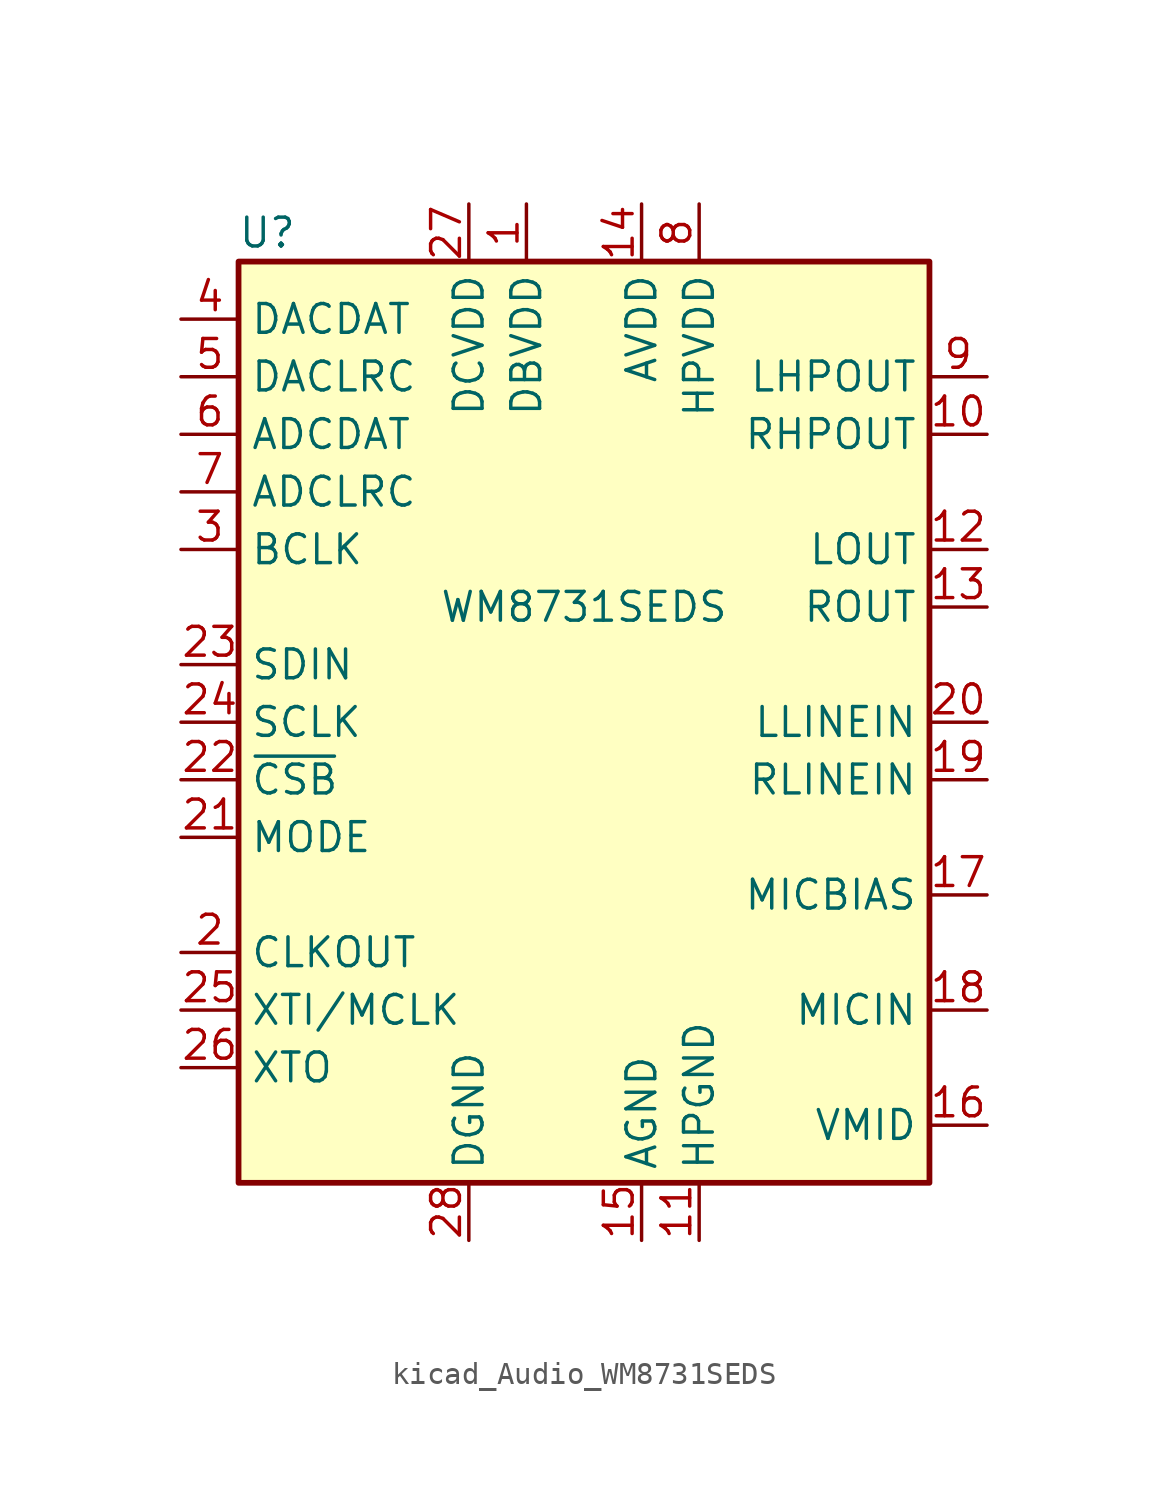
<source format=kicad_sym>
(kicad_symbol_lib
  (version 20220914)
  (generator kicad_symbol_editor)
  (symbol "kicad_Audio_WM8731SEDS"
    (property "Reference" "U"
      (at -13.97 21.59 0)
      (effects (font (size 1.27 1.27))))
    (property "Value" "WM8731SEDS"
      (at 0 5.08 0)
      (effects (font (size 1.27 1.27))))
    (symbol "kicad_Audio_WM8731SEDS_0_1"
      (rectangle (start -15.24 20.32) (end 15.24 -20.32) (stroke (width 0.254) (type default)) (fill (type background))))
    (symbol "kicad_Audio_WM8731SEDS_1_1"
      (pin power_in line (at -2.54 22.86 270) (length 2.54) (name "DBVDD" (effects (font (size 1.27 1.27)))) (number "1" (effects (font (size 1.27 1.27)))))
      (pin output line (at 17.78 12.7 180) (length 2.54) (name "RHPOUT" (effects (font (size 1.27 1.27)))) (number "10" (effects (font (size 1.27 1.27)))))
      (pin power_in line (at 5.08 -22.86 90) (length 2.54) (name "HPGND" (effects (font (size 1.27 1.27)))) (number "11" (effects (font (size 1.27 1.27)))))
      (pin output line (at 17.78 7.62 180) (length 2.54) (name "LOUT" (effects (font (size 1.27 1.27)))) (number "12" (effects (font (size 1.27 1.27)))))
      (pin output line (at 17.78 5.08 180) (length 2.54) (name "ROUT" (effects (font (size 1.27 1.27)))) (number "13" (effects (font (size 1.27 1.27)))))
      (pin power_in line (at 2.54 22.86 270) (length 2.54) (name "AVDD" (effects (font (size 1.27 1.27)))) (number "14" (effects (font (size 1.27 1.27)))))
      (pin power_in line (at 2.54 -22.86 90) (length 2.54) (name "AGND" (effects (font (size 1.27 1.27)))) (number "15" (effects (font (size 1.27 1.27)))))
      (pin passive line (at 17.78 -17.78 180) (length 2.54) (name "VMID" (effects (font (size 1.27 1.27)))) (number "16" (effects (font (size 1.27 1.27)))))
      (pin output line (at 17.78 -7.62 180) (length 2.54) (name "MICBIAS" (effects (font (size 1.27 1.27)))) (number "17" (effects (font (size 1.27 1.27)))))
      (pin input line (at 17.78 -12.7 180) (length 2.54) (name "MICIN" (effects (font (size 1.27 1.27)))) (number "18" (effects (font (size 1.27 1.27)))))
      (pin input line (at 17.78 -2.54 180) (length 2.54) (name "RLINEIN" (effects (font (size 1.27 1.27)))) (number "19" (effects (font (size 1.27 1.27)))))
      (pin output line (at -17.78 -10.16 0) (length 2.54) (name "CLKOUT" (effects (font (size 1.27 1.27)))) (number "2" (effects (font (size 1.27 1.27)))))
      (pin input line (at 17.78 0 180) (length 2.54) (name "LLINEIN" (effects (font (size 1.27 1.27)))) (number "20" (effects (font (size 1.27 1.27)))))
      (pin input line (at -17.78 -5.08 0) (length 2.54) (name "MODE" (effects (font (size 1.27 1.27)))) (number "21" (effects (font (size 1.27 1.27)))))
      (pin input line (at -17.78 -2.54 0) (length 2.54) (name "~{CSB}" (effects (font (size 1.27 1.27)))) (number "22" (effects (font (size 1.27 1.27)))))
      (pin bidirectional line (at -17.78 2.54 0) (length 2.54) (name "SDIN" (effects (font (size 1.27 1.27)))) (number "23" (effects (font (size 1.27 1.27)))))
      (pin input line (at -17.78 0 0) (length 2.54) (name "SCLK" (effects (font (size 1.27 1.27)))) (number "24" (effects (font (size 1.27 1.27)))))
      (pin input line (at -17.78 -12.7 0) (length 2.54) (name "XTI/MCLK" (effects (font (size 1.27 1.27)))) (number "25" (effects (font (size 1.27 1.27)))))
      (pin output line (at -17.78 -15.24 0) (length 2.54) (name "XTO" (effects (font (size 1.27 1.27)))) (number "26" (effects (font (size 1.27 1.27)))))
      (pin power_in line (at -5.08 22.86 270) (length 2.54) (name "DCVDD" (effects (font (size 1.27 1.27)))) (number "27" (effects (font (size 1.27 1.27)))))
      (pin power_in line (at -5.08 -22.86 90) (length 2.54) (name "DGND" (effects (font (size 1.27 1.27)))) (number "28" (effects (font (size 1.27 1.27)))))
      (pin bidirectional line (at -17.78 7.62 0) (length 2.54) (name "BCLK" (effects (font (size 1.27 1.27)))) (number "3" (effects (font (size 1.27 1.27)))))
      (pin input line (at -17.78 17.78 0) (length 2.54) (name "DACDAT" (effects (font (size 1.27 1.27)))) (number "4" (effects (font (size 1.27 1.27)))))
      (pin bidirectional line (at -17.78 15.24 0) (length 2.54) (name "DACLRC" (effects (font (size 1.27 1.27)))) (number "5" (effects (font (size 1.27 1.27)))))
      (pin output line (at -17.78 12.7 0) (length 2.54) (name "ADCDAT" (effects (font (size 1.27 1.27)))) (number "6" (effects (font (size 1.27 1.27)))))
      (pin bidirectional line (at -17.78 10.16 0) (length 2.54) (name "ADCLRC" (effects (font (size 1.27 1.27)))) (number "7" (effects (font (size 1.27 1.27)))))
      (pin power_in line (at 5.08 22.86 270) (length 2.54) (name "HPVDD" (effects (font (size 1.27 1.27)))) (number "8" (effects (font (size 1.27 1.27)))))
      (pin output line (at 17.78 15.24 180) (length 2.54) (name "LHPOUT" (effects (font (size 1.27 1.27)))) (number "9" (effects (font (size 1.27 1.27))))))))
</source>
